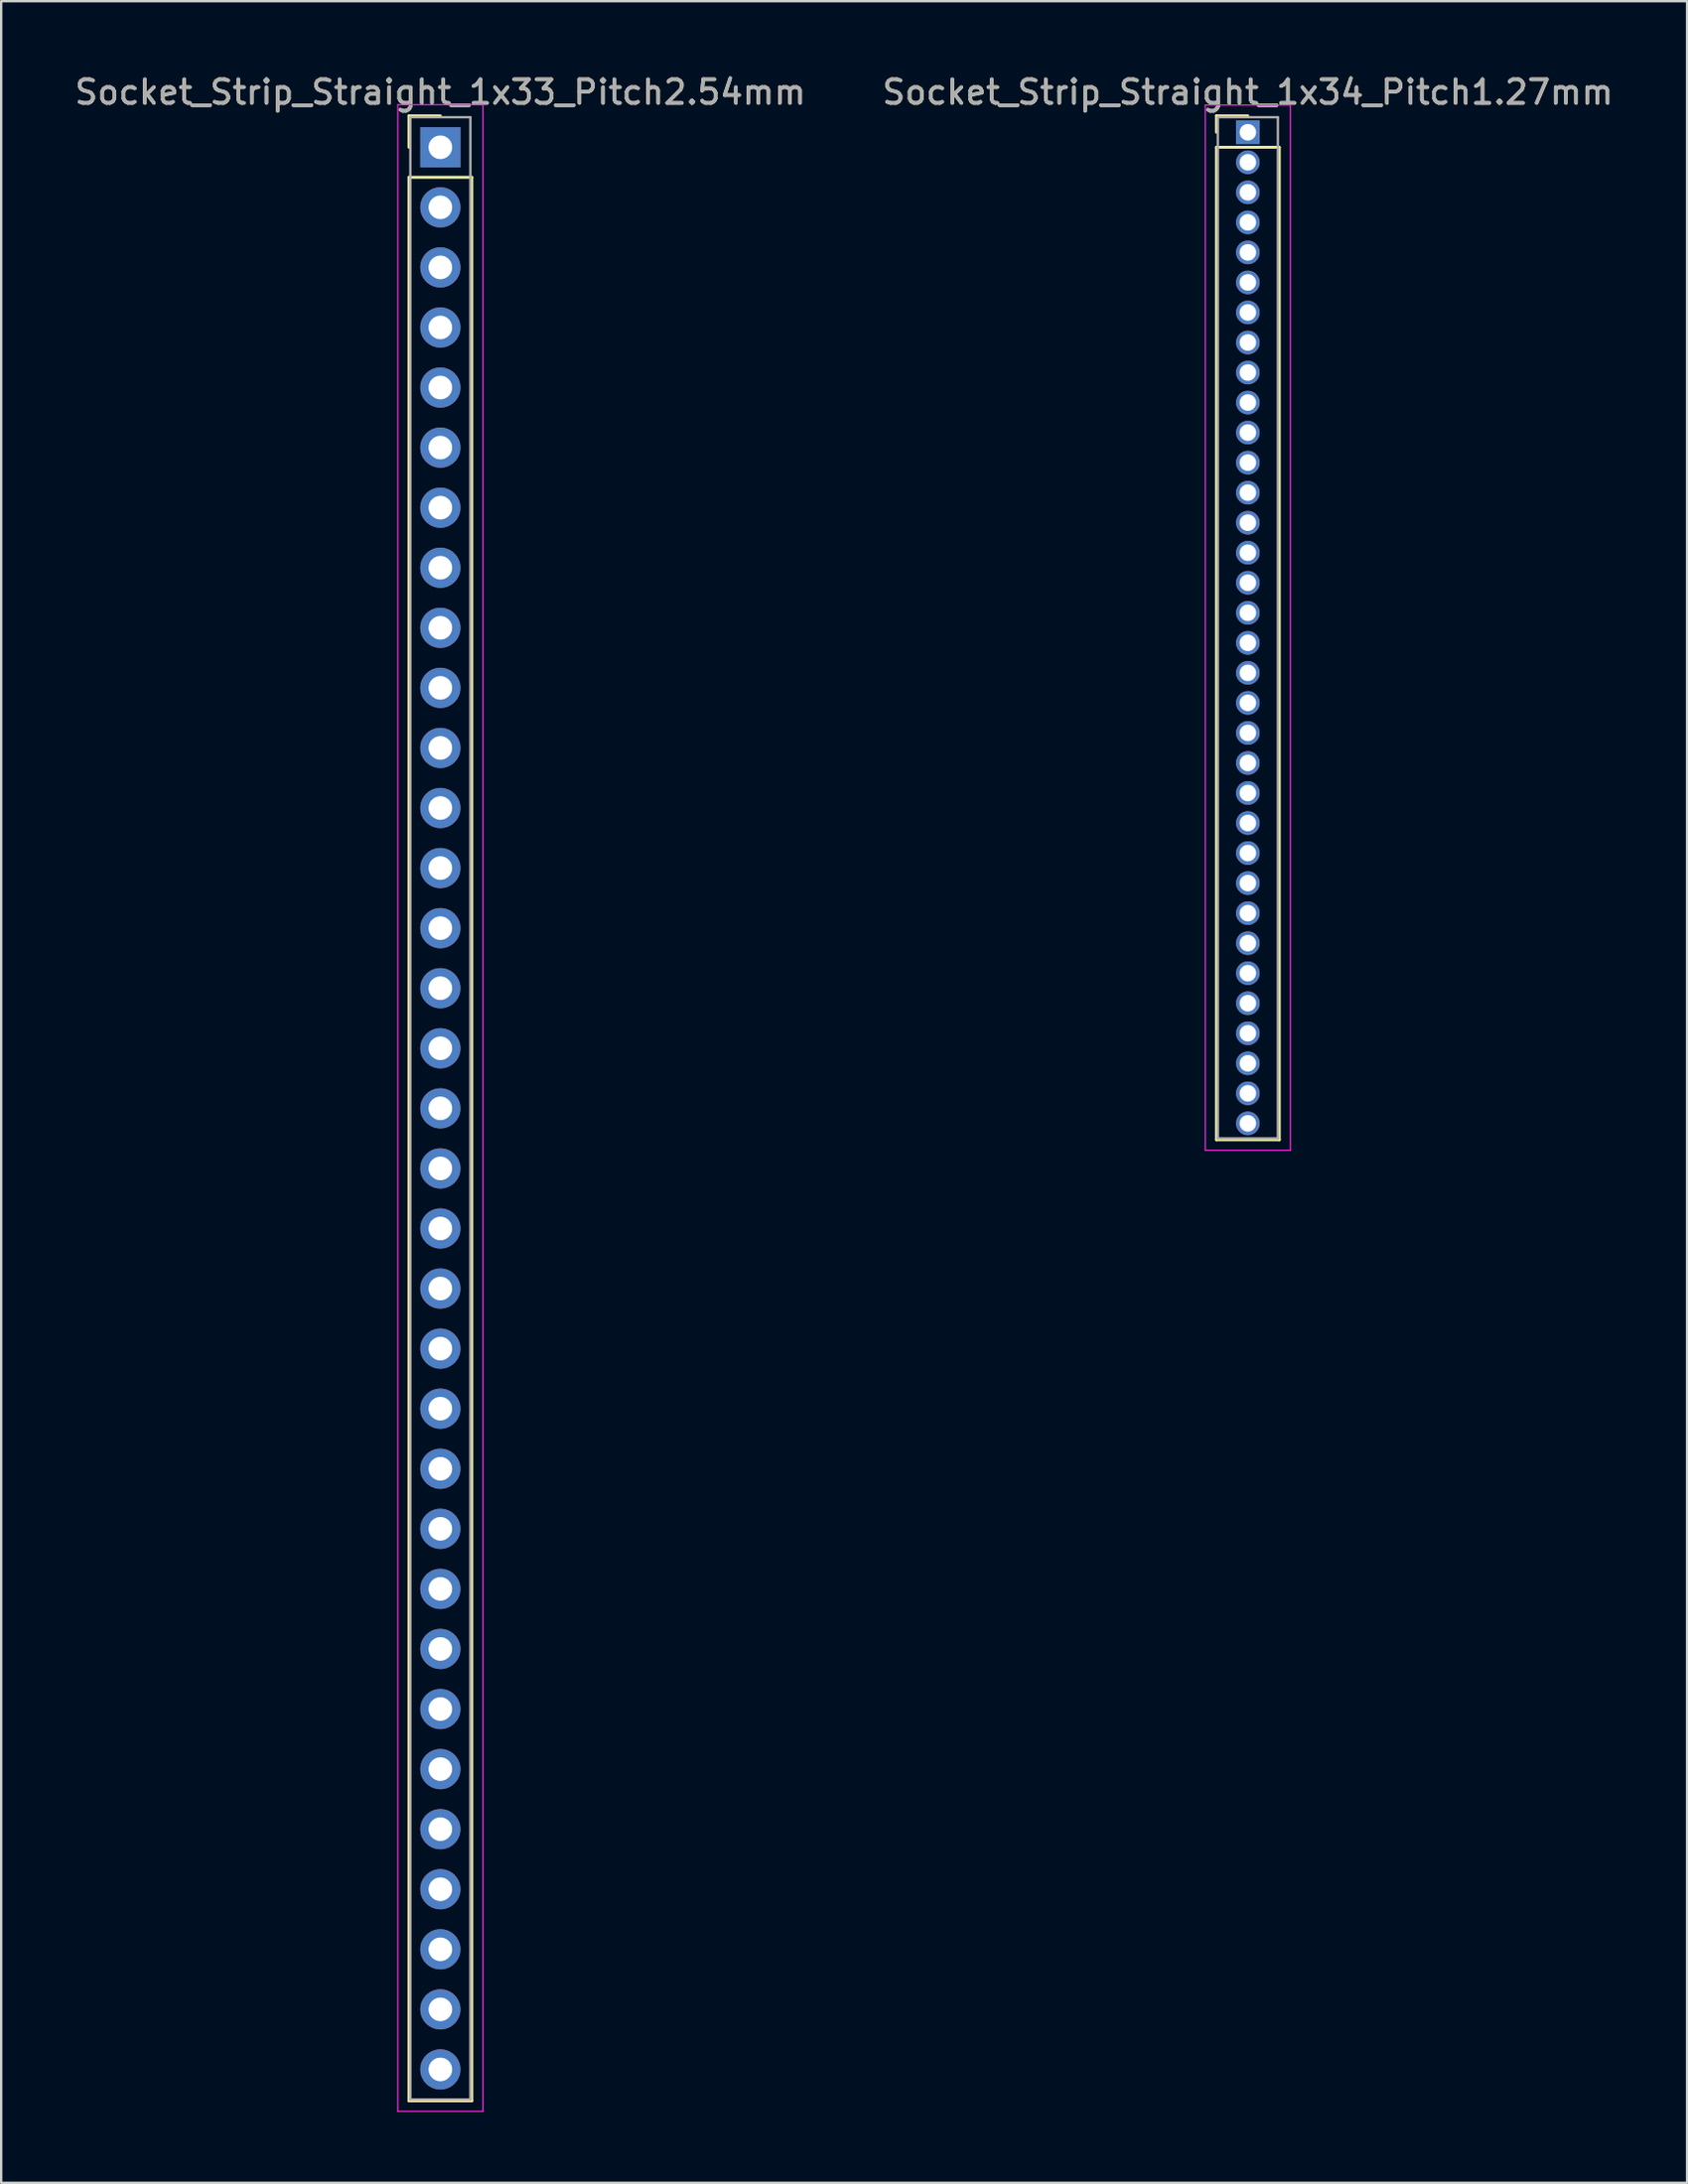
<source format=kicad_pcb>
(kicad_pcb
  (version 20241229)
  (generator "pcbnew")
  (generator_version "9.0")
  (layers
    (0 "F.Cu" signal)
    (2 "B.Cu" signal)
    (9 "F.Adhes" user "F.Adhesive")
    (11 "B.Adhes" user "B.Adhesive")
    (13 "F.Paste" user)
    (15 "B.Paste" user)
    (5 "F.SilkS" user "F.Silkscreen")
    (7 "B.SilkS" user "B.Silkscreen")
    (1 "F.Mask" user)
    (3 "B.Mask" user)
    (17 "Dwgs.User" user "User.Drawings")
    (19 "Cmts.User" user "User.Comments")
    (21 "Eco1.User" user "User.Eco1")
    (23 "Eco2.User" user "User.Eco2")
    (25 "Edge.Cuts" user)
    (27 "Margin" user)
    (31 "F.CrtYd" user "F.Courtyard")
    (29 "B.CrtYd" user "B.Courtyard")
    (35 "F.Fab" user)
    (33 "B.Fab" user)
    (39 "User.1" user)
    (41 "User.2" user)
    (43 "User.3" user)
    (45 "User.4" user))
  (footprint "Socket_Strip_Straight_1x34_Pitch1.27mm"
    (layer "F.Cu")
    (at 49.732 2.543)
    (property "Reference" "Socket_Strip_Straight_1x34_Pitch1.27mm" (at 0 -1.695 0) (layer "F.SilkS") (effects (font (size 1 1) (thickness 0.15))))
    (attr through_hole)
    (fp_line (start -1.33 -0.695) (end 0 -0.695) (stroke (width 0.12) (type solid)) (layer "F.SilkS"))
    (fp_line (start -1.33 0) (end -1.33 -0.695) (stroke (width 0.12) (type solid)) (layer "F.SilkS"))
    (fp_line (start -1.33 0.635) (end -1.33 42.605) (stroke (width 0.12) (type solid)) (layer "F.SilkS"))
    (fp_line (start -1.33 42.605) (end 1.33 42.605) (stroke (width 0.12) (type solid)) (layer "F.SilkS"))
    (fp_line (start 1.33 0.635) (end -1.33 0.635) (stroke (width 0.12) (type solid)) (layer "F.SilkS"))
    (fp_line (start 1.33 42.605) (end 1.33 0.635) (stroke (width 0.12) (type solid)) (layer "F.SilkS"))
    (fp_line (start -1.8 -1.15) (end -1.8 43.05) (stroke (width 0.05) (type solid)) (layer "F.CrtYd"))
    (fp_line (start -1.8 43.05) (end 1.8 43.05) (stroke (width 0.05) (type solid)) (layer "F.CrtYd"))
    (fp_line (start 1.8 -1.15) (end -1.8 -1.15) (stroke (width 0.05) (type solid)) (layer "F.CrtYd"))
    (fp_line (start 1.8 43.05) (end 1.8 -1.15) (stroke (width 0.05) (type solid)) (layer "F.CrtYd"))
    (fp_line (start -1.27 -0.635) (end -1.27 42.545) (stroke (width 0.1) (type solid)) (layer "F.Fab"))
    (fp_line (start -1.27 42.545) (end 1.27 42.545) (stroke (width 0.1) (type solid)) (layer "F.Fab"))
    (fp_line (start 1.27 -0.635) (end -1.27 -0.635) (stroke (width 0.1) (type solid)) (layer "F.Fab"))
    (fp_line (start 1.27 42.545) (end 1.27 -0.635) (stroke (width 0.1) (type solid)) (layer "F.Fab"))
    (fp_text user "${REFERENCE}" (at 0 -1.695 0) (layer "F.Fab") (effects (font (size 1 1) (thickness 0.15))))
    (pad "1" thru_hole rect (at 0 0) (size 1 1) (drill 0.7) (layers "*.Cu" "*.Mask"))
    (pad "2" thru_hole oval (at 0 1.27) (size 1 1) (drill 0.7) (layers "*.Cu" "*.Mask"))
    (pad "3" thru_hole oval (at 0 2.54) (size 1 1) (drill 0.7) (layers "*.Cu" "*.Mask"))
    (pad "4" thru_hole oval (at 0 3.81) (size 1 1) (drill 0.7) (layers "*.Cu" "*.Mask"))
    (pad "5" thru_hole oval (at 0 5.08) (size 1 1) (drill 0.7) (layers "*.Cu" "*.Mask"))
    (pad "6" thru_hole oval (at 0 6.35) (size 1 1) (drill 0.7) (layers "*.Cu" "*.Mask"))
    (pad "7" thru_hole oval (at 0 7.62) (size 1 1) (drill 0.7) (layers "*.Cu" "*.Mask"))
    (pad "8" thru_hole oval (at 0 8.89) (size 1 1) (drill 0.7) (layers "*.Cu" "*.Mask"))
    (pad "9" thru_hole oval (at 0 10.16) (size 1 1) (drill 0.7) (layers "*.Cu" "*.Mask"))
    (pad "10" thru_hole oval (at 0 11.43) (size 1 1) (drill 0.7) (layers "*.Cu" "*.Mask"))
    (pad "11" thru_hole oval (at 0 12.7) (size 1 1) (drill 0.7) (layers "*.Cu" "*.Mask"))
    (pad "12" thru_hole oval (at 0 13.97) (size 1 1) (drill 0.7) (layers "*.Cu" "*.Mask"))
    (pad "13" thru_hole oval (at 0 15.24) (size 1 1) (drill 0.7) (layers "*.Cu" "*.Mask"))
    (pad "14" thru_hole oval (at 0 16.51) (size 1 1) (drill 0.7) (layers "*.Cu" "*.Mask"))
    (pad "15" thru_hole oval (at 0 17.78) (size 1 1) (drill 0.7) (layers "*.Cu" "*.Mask"))
    (pad "16" thru_hole oval (at 0 19.05) (size 1 1) (drill 0.7) (layers "*.Cu" "*.Mask"))
    (pad "17" thru_hole oval (at 0 20.32) (size 1 1) (drill 0.7) (layers "*.Cu" "*.Mask"))
    (pad "18" thru_hole oval (at 0 21.59) (size 1 1) (drill 0.7) (layers "*.Cu" "*.Mask"))
    (pad "19" thru_hole oval (at 0 22.86) (size 1 1) (drill 0.7) (layers "*.Cu" "*.Mask"))
    (pad "20" thru_hole oval (at 0 24.13) (size 1 1) (drill 0.7) (layers "*.Cu" "*.Mask"))
    (pad "21" thru_hole oval (at 0 25.4) (size 1 1) (drill 0.7) (layers "*.Cu" "*.Mask"))
    (pad "22" thru_hole oval (at 0 26.67) (size 1 1) (drill 0.7) (layers "*.Cu" "*.Mask"))
    (pad "23" thru_hole oval (at 0 27.94) (size 1 1) (drill 0.7) (layers "*.Cu" "*.Mask"))
    (pad "24" thru_hole oval (at 0 29.21) (size 1 1) (drill 0.7) (layers "*.Cu" "*.Mask"))
    (pad "25" thru_hole oval (at 0 30.48) (size 1 1) (drill 0.7) (layers "*.Cu" "*.Mask"))
    (pad "26" thru_hole oval (at 0 31.75) (size 1 1) (drill 0.7) (layers "*.Cu" "*.Mask"))
    (pad "27" thru_hole oval (at 0 33.02) (size 1 1) (drill 0.7) (layers "*.Cu" "*.Mask"))
    (pad "28" thru_hole oval (at 0 34.29) (size 1 1) (drill 0.7) (layers "*.Cu" "*.Mask"))
    (pad "29" thru_hole oval (at 0 35.56) (size 1 1) (drill 0.7) (layers "*.Cu" "*.Mask"))
    (pad "30" thru_hole oval (at 0 36.83) (size 1 1) (drill 0.7) (layers "*.Cu" "*.Mask"))
    (pad "31" thru_hole oval (at 0 38.1) (size 1 1) (drill 0.7) (layers "*.Cu" "*.Mask"))
    (pad "32" thru_hole oval (at 0 39.37) (size 1 1) (drill 0.7) (layers "*.Cu" "*.Mask"))
    (pad "33" thru_hole oval (at 0 40.64) (size 1 1) (drill 0.7) (layers "*.Cu" "*.Mask"))
    (pad "34" thru_hole oval (at 0 41.91) (size 1 1) (drill 0.7) (layers "*.Cu" "*.Mask")))
  (footprint "Socket_Strip_Straight_1x33_Pitch2.54mm"
    (layer "F.Cu")
    (at 15.577 3.178)
    (property "Reference" "Socket_Strip_Straight_1x33_Pitch2.54mm" (at 0 -2.33 0) (layer "F.SilkS") (effects (font (size 1 1) (thickness 0.15))))
    (attr through_hole)
    (fp_line (start -1.33 -1.33) (end 0 -1.33) (stroke (width 0.12) (type solid)) (layer "F.SilkS"))
    (fp_line (start -1.33 0) (end -1.33 -1.33) (stroke (width 0.12) (type solid)) (layer "F.SilkS"))
    (fp_line (start -1.33 1.27) (end -1.33 82.61) (stroke (width 0.12) (type solid)) (layer "F.SilkS"))
    (fp_line (start -1.33 82.61) (end 1.33 82.61) (stroke (width 0.12) (type solid)) (layer "F.SilkS"))
    (fp_line (start 1.33 1.27) (end -1.33 1.27) (stroke (width 0.12) (type solid)) (layer "F.SilkS"))
    (fp_line (start 1.33 82.61) (end 1.33 1.27) (stroke (width 0.12) (type solid)) (layer "F.SilkS"))
    (fp_line (start -1.8 -1.8) (end -1.8 83.05) (stroke (width 0.05) (type solid)) (layer "F.CrtYd"))
    (fp_line (start -1.8 83.05) (end 1.8 83.05) (stroke (width 0.05) (type solid)) (layer "F.CrtYd"))
    (fp_line (start 1.8 -1.8) (end -1.8 -1.8) (stroke (width 0.05) (type solid)) (layer "F.CrtYd"))
    (fp_line (start 1.8 83.05) (end 1.8 -1.8) (stroke (width 0.05) (type solid)) (layer "F.CrtYd"))
    (fp_line (start -1.27 -1.27) (end -1.27 82.55) (stroke (width 0.1) (type solid)) (layer "F.Fab"))
    (fp_line (start -1.27 82.55) (end 1.27 82.55) (stroke (width 0.1) (type solid)) (layer "F.Fab"))
    (fp_line (start 1.27 -1.27) (end -1.27 -1.27) (stroke (width 0.1) (type solid)) (layer "F.Fab"))
    (fp_line (start 1.27 82.55) (end 1.27 -1.27) (stroke (width 0.1) (type solid)) (layer "F.Fab"))
    (fp_text user "${REFERENCE}" (at 0 -2.33 0) (layer "F.Fab") (effects (font (size 1 1) (thickness 0.15))))
    (pad "1" thru_hole rect (at 0 0) (size 1.7 1.7) (drill 1) (layers "*.Cu" "*.Mask"))
    (pad "2" thru_hole oval (at 0 2.54) (size 1.7 1.7) (drill 1) (layers "*.Cu" "*.Mask"))
    (pad "3" thru_hole oval (at 0 5.08) (size 1.7 1.7) (drill 1) (layers "*.Cu" "*.Mask"))
    (pad "4" thru_hole oval (at 0 7.62) (size 1.7 1.7) (drill 1) (layers "*.Cu" "*.Mask"))
    (pad "5" thru_hole oval (at 0 10.16) (size 1.7 1.7) (drill 1) (layers "*.Cu" "*.Mask"))
    (pad "6" thru_hole oval (at 0 12.7) (size 1.7 1.7) (drill 1) (layers "*.Cu" "*.Mask"))
    (pad "7" thru_hole oval (at 0 15.24) (size 1.7 1.7) (drill 1) (layers "*.Cu" "*.Mask"))
    (pad "8" thru_hole oval (at 0 17.78) (size 1.7 1.7) (drill 1) (layers "*.Cu" "*.Mask"))
    (pad "9" thru_hole oval (at 0 20.32) (size 1.7 1.7) (drill 1) (layers "*.Cu" "*.Mask"))
    (pad "10" thru_hole oval (at 0 22.86) (size 1.7 1.7) (drill 1) (layers "*.Cu" "*.Mask"))
    (pad "11" thru_hole oval (at 0 25.4) (size 1.7 1.7) (drill 1) (layers "*.Cu" "*.Mask"))
    (pad "12" thru_hole oval (at 0 27.94) (size 1.7 1.7) (drill 1) (layers "*.Cu" "*.Mask"))
    (pad "13" thru_hole oval (at 0 30.48) (size 1.7 1.7) (drill 1) (layers "*.Cu" "*.Mask"))
    (pad "14" thru_hole oval (at 0 33.02) (size 1.7 1.7) (drill 1) (layers "*.Cu" "*.Mask"))
    (pad "15" thru_hole oval (at 0 35.56) (size 1.7 1.7) (drill 1) (layers "*.Cu" "*.Mask"))
    (pad "16" thru_hole oval (at 0 38.1) (size 1.7 1.7) (drill 1) (layers "*.Cu" "*.Mask"))
    (pad "17" thru_hole oval (at 0 40.64) (size 1.7 1.7) (drill 1) (layers "*.Cu" "*.Mask"))
    (pad "18" thru_hole oval (at 0 43.18) (size 1.7 1.7) (drill 1) (layers "*.Cu" "*.Mask"))
    (pad "19" thru_hole oval (at 0 45.72) (size 1.7 1.7) (drill 1) (layers "*.Cu" "*.Mask"))
    (pad "20" thru_hole oval (at 0 48.26) (size 1.7 1.7) (drill 1) (layers "*.Cu" "*.Mask"))
    (pad "21" thru_hole oval (at 0 50.8) (size 1.7 1.7) (drill 1) (layers "*.Cu" "*.Mask"))
    (pad "22" thru_hole oval (at 0 53.34) (size 1.7 1.7) (drill 1) (layers "*.Cu" "*.Mask"))
    (pad "23" thru_hole oval (at 0 55.88) (size 1.7 1.7) (drill 1) (layers "*.Cu" "*.Mask"))
    (pad "24" thru_hole oval (at 0 58.42) (size 1.7 1.7) (drill 1) (layers "*.Cu" "*.Mask"))
    (pad "25" thru_hole oval (at 0 60.96) (size 1.7 1.7) (drill 1) (layers "*.Cu" "*.Mask"))
    (pad "26" thru_hole oval (at 0 63.5) (size 1.7 1.7) (drill 1) (layers "*.Cu" "*.Mask"))
    (pad "27" thru_hole oval (at 0 66.04) (size 1.7 1.7) (drill 1) (layers "*.Cu" "*.Mask"))
    (pad "28" thru_hole oval (at 0 68.58) (size 1.7 1.7) (drill 1) (layers "*.Cu" "*.Mask"))
    (pad "29" thru_hole oval (at 0 71.12) (size 1.7 1.7) (drill 1) (layers "*.Cu" "*.Mask"))
    (pad "30" thru_hole oval (at 0 73.66) (size 1.7 1.7) (drill 1) (layers "*.Cu" "*.Mask"))
    (pad "31" thru_hole oval (at 0 76.2) (size 1.7 1.7) (drill 1) (layers "*.Cu" "*.Mask"))
    (pad "32" thru_hole oval (at 0 78.74) (size 1.7 1.7) (drill 1) (layers "*.Cu" "*.Mask"))
    (pad "33" thru_hole oval (at 0 81.28) (size 1.7 1.7) (drill 1) (layers "*.Cu" "*.Mask")))
  (gr_rect
    (start -3 -3)
    (end 68.31 89.253)
    (stroke (width 0.1) (type default))
    (fill no)
    (layer "Edge.Cuts")))
</source>
